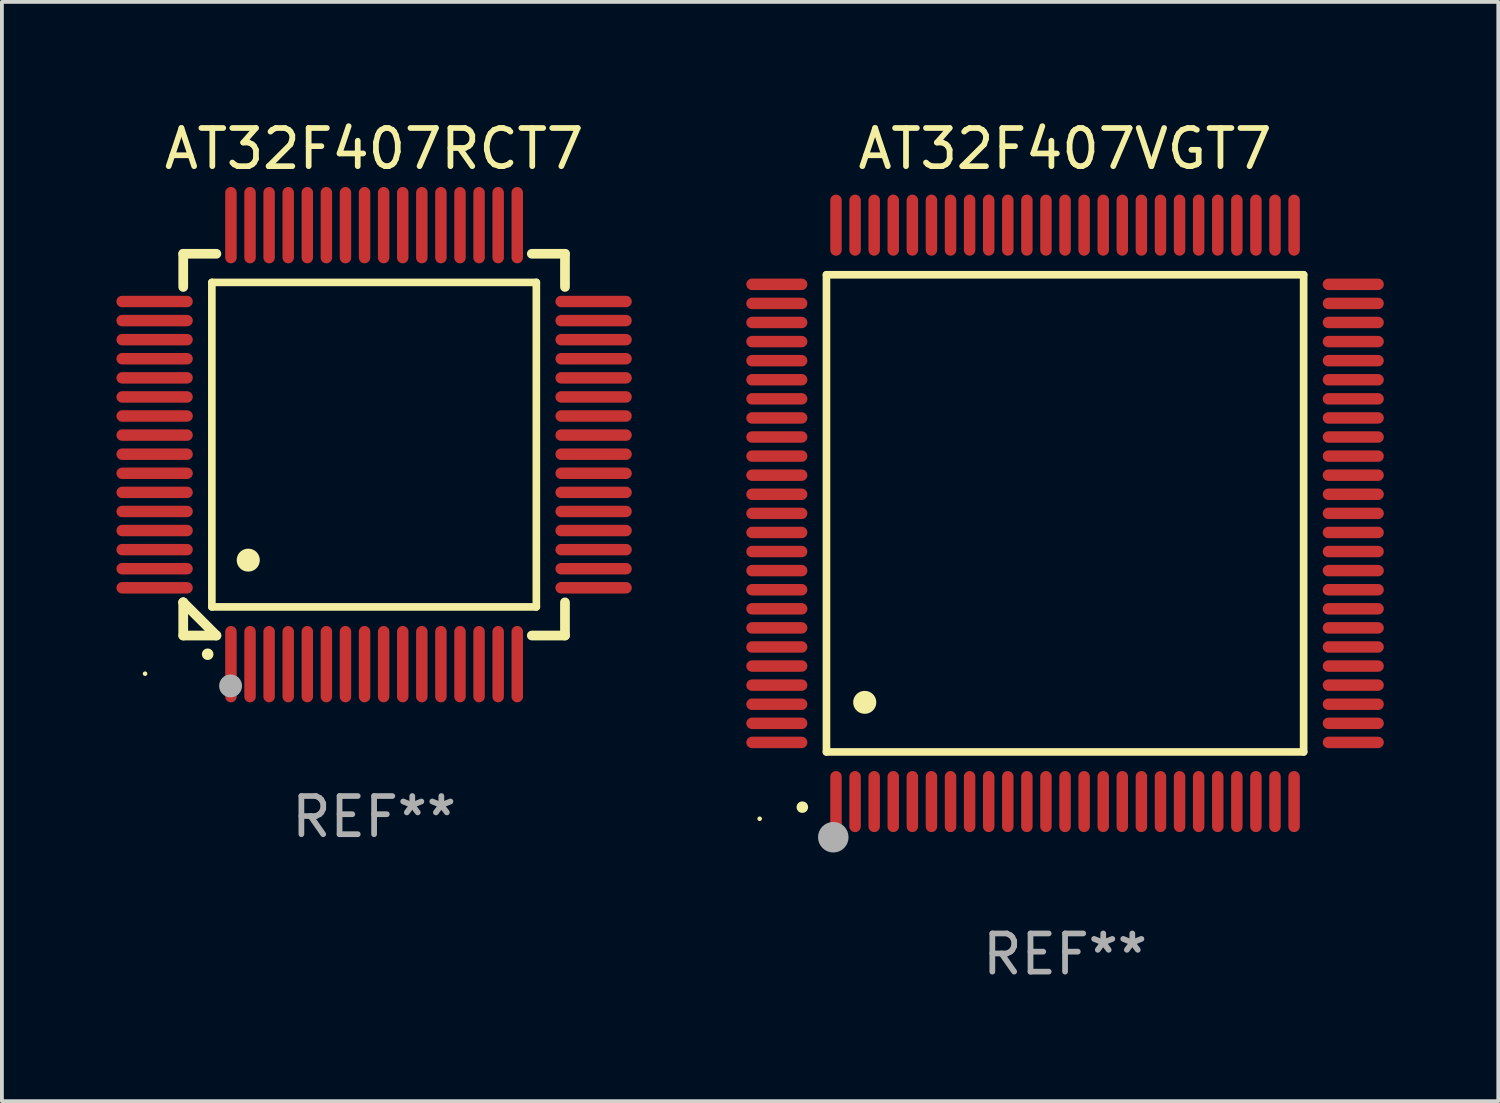
<source format=kicad_pcb>
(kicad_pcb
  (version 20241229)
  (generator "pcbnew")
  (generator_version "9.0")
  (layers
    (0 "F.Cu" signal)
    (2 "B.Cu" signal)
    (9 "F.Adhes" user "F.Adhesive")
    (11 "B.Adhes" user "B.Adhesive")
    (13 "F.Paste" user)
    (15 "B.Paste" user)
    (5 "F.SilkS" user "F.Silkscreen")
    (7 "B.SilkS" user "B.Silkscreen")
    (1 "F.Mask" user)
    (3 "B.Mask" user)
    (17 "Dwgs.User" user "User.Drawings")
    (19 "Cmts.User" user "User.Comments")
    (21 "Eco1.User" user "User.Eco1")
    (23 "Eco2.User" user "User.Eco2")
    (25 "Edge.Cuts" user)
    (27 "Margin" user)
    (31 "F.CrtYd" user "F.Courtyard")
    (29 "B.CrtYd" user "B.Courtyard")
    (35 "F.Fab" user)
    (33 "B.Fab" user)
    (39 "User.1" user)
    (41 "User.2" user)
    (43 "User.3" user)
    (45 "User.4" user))
  (footprint "AT32F407VGT7"
    (layer "F.Cu")
    (at 24.85 10.398)
    (property "Reference" "AT32F407VGT7" (at 0 -9.55 0) (layer "F.SilkS") (effects (font (size 1 1) (thickness 0.15))))
    (attr through_hole)
    (fp_line (start -6.25 -6.25) (end -6.25 6.25) (stroke (width 0.2) (type solid)) (layer "F.SilkS"))
    (fp_line (start -6.25 6.25) (end 6.25 6.25) (stroke (width 0.2) (type solid)) (layer "F.SilkS"))
    (fp_line (start 6.25 -6.25) (end -6.25 -6.25) (stroke (width 0.2) (type solid)) (layer "F.SilkS"))
    (fp_line (start 6.25 6.25) (end 6.25 -6.25) (stroke (width 0.2) (type solid)) (layer "F.SilkS"))
    (fp_arc (start -6.883414 7.696215) (mid -6.882144 7.69621) (end -6.880874 7.696215) (stroke (width 0.3) (type solid)) (layer "F.SilkS"))
    (fp_arc (start -5.250191 4.95047) (mid -5.247651 4.950459) (end -5.245111 4.95047) (stroke (width 0.6) (type solid)) (layer "F.SilkS"))
    (fp_circle (center -8 8) (end -7.97 8) (stroke (width 0.06) (type solid)) (fill no) (layer "F.SilkS"))
    (fp_circle (center -6.071 8.484) (end -5.871 8.484) (stroke (width 0.4) (type solid)) (fill no) (layer "F.Fab"))
    (fp_text user "REF**" (at 0 11.55 0) (layer "F.Fab") (effects (font (size 1 1) (thickness 0.15))))
    (pad "1" smd oval (at -6 7.55) (size 0.3 1.6) (layers "F.Cu" "F.Mask" "F.Paste"))
    (pad "2" smd oval (at -5.5 7.55) (size 0.3 1.6) (layers "F.Cu" "F.Mask" "F.Paste"))
    (pad "3" smd oval (at -5 7.55) (size 0.3 1.6) (layers "F.Cu" "F.Mask" "F.Paste"))
    (pad "4" smd oval (at -4.5 7.55) (size 0.3 1.6) (layers "F.Cu" "F.Mask" "F.Paste"))
    (pad "5" smd oval (at -4 7.55) (size 0.3 1.6) (layers "F.Cu" "F.Mask" "F.Paste"))
    (pad "6" smd oval (at -3.5 7.55) (size 0.3 1.6) (layers "F.Cu" "F.Mask" "F.Paste"))
    (pad "7" smd oval (at -3 7.55) (size 0.3 1.6) (layers "F.Cu" "F.Mask" "F.Paste"))
    (pad "8" smd oval (at -2.5 7.55) (size 0.3 1.6) (layers "F.Cu" "F.Mask" "F.Paste"))
    (pad "9" smd oval (at -2 7.55) (size 0.3 1.6) (layers "F.Cu" "F.Mask" "F.Paste"))
    (pad "10" smd oval (at -1.5 7.55) (size 0.3 1.6) (layers "F.Cu" "F.Mask" "F.Paste"))
    (pad "11" smd oval (at -1 7.55) (size 0.3 1.6) (layers "F.Cu" "F.Mask" "F.Paste"))
    (pad "12" smd oval (at -0.5 7.55) (size 0.3 1.6) (layers "F.Cu" "F.Mask" "F.Paste"))
    (pad "13" smd oval (at 0 7.55) (size 0.3 1.6) (layers "F.Cu" "F.Mask" "F.Paste"))
    (pad "14" smd oval (at 0.5 7.55) (size 0.3 1.6) (layers "F.Cu" "F.Mask" "F.Paste"))
    (pad "15" smd oval (at 1 7.55) (size 0.3 1.6) (layers "F.Cu" "F.Mask" "F.Paste"))
    (pad "16" smd oval (at 1.5 7.55) (size 0.3 1.6) (layers "F.Cu" "F.Mask" "F.Paste"))
    (pad "17" smd oval (at 2 7.55) (size 0.3 1.6) (layers "F.Cu" "F.Mask" "F.Paste"))
    (pad "18" smd oval (at 2.5 7.55) (size 0.3 1.6) (layers "F.Cu" "F.Mask" "F.Paste"))
    (pad "19" smd oval (at 3 7.55) (size 0.3 1.6) (layers "F.Cu" "F.Mask" "F.Paste"))
    (pad "20" smd oval (at 3.5 7.55) (size 0.3 1.6) (layers "F.Cu" "F.Mask" "F.Paste"))
    (pad "21" smd oval (at 4 7.55) (size 0.3 1.6) (layers "F.Cu" "F.Mask" "F.Paste"))
    (pad "22" smd oval (at 4.5 7.55) (size 0.3 1.6) (layers "F.Cu" "F.Mask" "F.Paste"))
    (pad "23" smd oval (at 5 7.55) (size 0.3 1.6) (layers "F.Cu" "F.Mask" "F.Paste"))
    (pad "24" smd oval (at 5.5 7.55) (size 0.3 1.6) (layers "F.Cu" "F.Mask" "F.Paste"))
    (pad "25" smd oval (at 6 7.55) (size 0.3 1.6) (layers "F.Cu" "F.Mask" "F.Paste"))
    (pad "26" smd oval (at 7.55 6) (size 1.6 0.3) (layers "F.Cu" "F.Mask" "F.Paste"))
    (pad "27" smd oval (at 7.55 5.5) (size 1.6 0.3) (layers "F.Cu" "F.Mask" "F.Paste"))
    (pad "28" smd oval (at 7.55 5) (size 1.6 0.3) (layers "F.Cu" "F.Mask" "F.Paste"))
    (pad "29" smd oval (at 7.55 4.5) (size 1.6 0.3) (layers "F.Cu" "F.Mask" "F.Paste"))
    (pad "30" smd oval (at 7.55 4) (size 1.6 0.3) (layers "F.Cu" "F.Mask" "F.Paste"))
    (pad "31" smd oval (at 7.55 3.5) (size 1.6 0.3) (layers "F.Cu" "F.Mask" "F.Paste"))
    (pad "32" smd oval (at 7.55 3) (size 1.6 0.3) (layers "F.Cu" "F.Mask" "F.Paste"))
    (pad "33" smd oval (at 7.55 2.5) (size 1.6 0.3) (layers "F.Cu" "F.Mask" "F.Paste"))
    (pad "34" smd oval (at 7.55 2) (size 1.6 0.3) (layers "F.Cu" "F.Mask" "F.Paste"))
    (pad "35" smd oval (at 7.55 1.5) (size 1.6 0.3) (layers "F.Cu" "F.Mask" "F.Paste"))
    (pad "36" smd oval (at 7.55 1) (size 1.6 0.3) (layers "F.Cu" "F.Mask" "F.Paste"))
    (pad "37" smd oval (at 7.55 0.5) (size 1.6 0.3) (layers "F.Cu" "F.Mask" "F.Paste"))
    (pad "38" smd oval (at 7.55 0) (size 1.6 0.3) (layers "F.Cu" "F.Mask" "F.Paste"))
    (pad "39" smd oval (at 7.55 -0.5) (size 1.6 0.3) (layers "F.Cu" "F.Mask" "F.Paste"))
    (pad "40" smd oval (at 7.55 -1) (size 1.6 0.3) (layers "F.Cu" "F.Mask" "F.Paste"))
    (pad "41" smd oval (at 7.55 -1.5) (size 1.6 0.3) (layers "F.Cu" "F.Mask" "F.Paste"))
    (pad "42" smd oval (at 7.55 -2) (size 1.6 0.3) (layers "F.Cu" "F.Mask" "F.Paste"))
    (pad "43" smd oval (at 7.55 -2.5) (size 1.6 0.3) (layers "F.Cu" "F.Mask" "F.Paste"))
    (pad "44" smd oval (at 7.55 -3) (size 1.6 0.3) (layers "F.Cu" "F.Mask" "F.Paste"))
    (pad "45" smd oval (at 7.55 -3.5) (size 1.6 0.3) (layers "F.Cu" "F.Mask" "F.Paste"))
    (pad "46" smd oval (at 7.55 -4) (size 1.6 0.3) (layers "F.Cu" "F.Mask" "F.Paste"))
    (pad "47" smd oval (at 7.55 -4.5) (size 1.6 0.3) (layers "F.Cu" "F.Mask" "F.Paste"))
    (pad "48" smd oval (at 7.55 -5) (size 1.6 0.3) (layers "F.Cu" "F.Mask" "F.Paste"))
    (pad "49" smd oval (at 7.55 -5.5) (size 1.6 0.3) (layers "F.Cu" "F.Mask" "F.Paste"))
    (pad "50" smd oval (at 7.55 -6) (size 1.6 0.3) (layers "F.Cu" "F.Mask" "F.Paste"))
    (pad "51" smd oval (at 6 -7.55) (size 0.3 1.6) (layers "F.Cu" "F.Mask" "F.Paste"))
    (pad "52" smd oval (at 5.5 -7.55) (size 0.3 1.6) (layers "F.Cu" "F.Mask" "F.Paste"))
    (pad "53" smd oval (at 5 -7.55) (size 0.3 1.6) (layers "F.Cu" "F.Mask" "F.Paste"))
    (pad "54" smd oval (at 4.5 -7.55) (size 0.3 1.6) (layers "F.Cu" "F.Mask" "F.Paste"))
    (pad "55" smd oval (at 4 -7.55) (size 0.3 1.6) (layers "F.Cu" "F.Mask" "F.Paste"))
    (pad "56" smd oval (at 3.5 -7.55) (size 0.3 1.6) (layers "F.Cu" "F.Mask" "F.Paste"))
    (pad "57" smd oval (at 3 -7.55) (size 0.3 1.6) (layers "F.Cu" "F.Mask" "F.Paste"))
    (pad "58" smd oval (at 2.5 -7.55) (size 0.3 1.6) (layers "F.Cu" "F.Mask" "F.Paste"))
    (pad "59" smd oval (at 2 -7.55) (size 0.3 1.6) (layers "F.Cu" "F.Mask" "F.Paste"))
    (pad "60" smd oval (at 1.5 -7.55) (size 0.3 1.6) (layers "F.Cu" "F.Mask" "F.Paste"))
    (pad "61" smd oval (at 1 -7.55) (size 0.3 1.6) (layers "F.Cu" "F.Mask" "F.Paste"))
    (pad "62" smd oval (at 0.5 -7.55) (size 0.3 1.6) (layers "F.Cu" "F.Mask" "F.Paste"))
    (pad "63" smd oval (at 0 -7.55) (size 0.3 1.6) (layers "F.Cu" "F.Mask" "F.Paste"))
    (pad "64" smd oval (at -0.5 -7.55) (size 0.3 1.6) (layers "F.Cu" "F.Mask" "F.Paste"))
    (pad "65" smd oval (at -1 -7.55) (size 0.3 1.6) (layers "F.Cu" "F.Mask" "F.Paste"))
    (pad "66" smd oval (at -1.5 -7.55) (size 0.3 1.6) (layers "F.Cu" "F.Mask" "F.Paste"))
    (pad "67" smd oval (at -2 -7.55) (size 0.3 1.6) (layers "F.Cu" "F.Mask" "F.Paste"))
    (pad "68" smd oval (at -2.5 -7.55) (size 0.3 1.6) (layers "F.Cu" "F.Mask" "F.Paste"))
    (pad "69" smd oval (at -3 -7.55) (size 0.3 1.6) (layers "F.Cu" "F.Mask" "F.Paste"))
    (pad "70" smd oval (at -3.5 -7.55) (size 0.3 1.6) (layers "F.Cu" "F.Mask" "F.Paste"))
    (pad "71" smd oval (at -4 -7.55) (size 0.3 1.6) (layers "F.Cu" "F.Mask" "F.Paste"))
    (pad "72" smd oval (at -4.5 -7.55) (size 0.3 1.6) (layers "F.Cu" "F.Mask" "F.Paste"))
    (pad "73" smd oval (at -5 -7.55) (size 0.3 1.6) (layers "F.Cu" "F.Mask" "F.Paste"))
    (pad "74" smd oval (at -5.5 -7.55) (size 0.3 1.6) (layers "F.Cu" "F.Mask" "F.Paste"))
    (pad "75" smd oval (at -6 -7.55) (size 0.3 1.6) (layers "F.Cu" "F.Mask" "F.Paste"))
    (pad "76" smd oval (at -7.55 -6) (size 1.6 0.3) (layers "F.Cu" "F.Mask" "F.Paste"))
    (pad "77" smd oval (at -7.55 -5.5) (size 1.6 0.3) (layers "F.Cu" "F.Mask" "F.Paste"))
    (pad "78" smd oval (at -7.55 -5) (size 1.6 0.3) (layers "F.Cu" "F.Mask" "F.Paste"))
    (pad "79" smd oval (at -7.55 -4.5) (size 1.6 0.3) (layers "F.Cu" "F.Mask" "F.Paste"))
    (pad "80" smd oval (at -7.55 -4) (size 1.6 0.3) (layers "F.Cu" "F.Mask" "F.Paste"))
    (pad "81" smd oval (at -7.55 -3.5) (size 1.6 0.3) (layers "F.Cu" "F.Mask" "F.Paste"))
    (pad "82" smd oval (at -7.55 -3) (size 1.6 0.3) (layers "F.Cu" "F.Mask" "F.Paste"))
    (pad "83" smd oval (at -7.55 -2.5) (size 1.6 0.3) (layers "F.Cu" "F.Mask" "F.Paste"))
    (pad "84" smd oval (at -7.55 -2) (size 1.6 0.3) (layers "F.Cu" "F.Mask" "F.Paste"))
    (pad "85" smd oval (at -7.55 -1.5) (size 1.6 0.3) (layers "F.Cu" "F.Mask" "F.Paste"))
    (pad "86" smd oval (at -7.55 -1) (size 1.6 0.3) (layers "F.Cu" "F.Mask" "F.Paste"))
    (pad "87" smd oval (at -7.55 -0.5) (size 1.6 0.3) (layers "F.Cu" "F.Mask" "F.Paste"))
    (pad "88" smd oval (at -7.55 0) (size 1.6 0.3) (layers "F.Cu" "F.Mask" "F.Paste"))
    (pad "89" smd oval (at -7.55 0.5) (size 1.6 0.3) (layers "F.Cu" "F.Mask" "F.Paste"))
    (pad "90" smd oval (at -7.55 1) (size 1.6 0.3) (layers "F.Cu" "F.Mask" "F.Paste"))
    (pad "91" smd oval (at -7.55 1.5) (size 1.6 0.3) (layers "F.Cu" "F.Mask" "F.Paste"))
    (pad "92" smd oval (at -7.55 2) (size 1.6 0.3) (layers "F.Cu" "F.Mask" "F.Paste"))
    (pad "93" smd oval (at -7.55 2.5) (size 1.6 0.3) (layers "F.Cu" "F.Mask" "F.Paste"))
    (pad "94" smd oval (at -7.55 3) (size 1.6 0.3) (layers "F.Cu" "F.Mask" "F.Paste"))
    (pad "95" smd oval (at -7.55 3.5) (size 1.6 0.3) (layers "F.Cu" "F.Mask" "F.Paste"))
    (pad "96" smd oval (at -7.55 4) (size 1.6 0.3) (layers "F.Cu" "F.Mask" "F.Paste"))
    (pad "97" smd oval (at -7.55 4.5) (size 1.6 0.3) (layers "F.Cu" "F.Mask" "F.Paste"))
    (pad "98" smd oval (at -7.55 5) (size 1.6 0.3) (layers "F.Cu" "F.Mask" "F.Paste"))
    (pad "99" smd oval (at -7.55 5.5) (size 1.6 0.3) (layers "F.Cu" "F.Mask" "F.Paste"))
    (pad "100" smd oval (at -7.55 6) (size 1.6 0.3) (layers "F.Cu" "F.Mask" "F.Paste")))
  (footprint "AT32F407RCT7"
    (layer "F.Cu")
    (at 6.75 8.598)
    (property "Reference" "AT32F407RCT7" (at 0 -7.75 0) (layer "F.SilkS") (effects (font (size 1 1) (thickness 0.15))))
    (attr through_hole)
    (fp_line (start -5 -5) (end -4.131 -5) (stroke (width 0.254) (type solid)) (layer "F.SilkS"))
    (fp_line (start -5 -4.131) (end -5 -5) (stroke (width 0.254) (type solid)) (layer "F.SilkS"))
    (fp_line (start -5 4.131) (end -5 4.131) (stroke (width 0.254) (type solid)) (layer "F.SilkS"))
    (fp_line (start -5 5) (end -5 4.131) (stroke (width 0.254) (type solid)) (layer "F.SilkS"))
    (fp_line (start -5 4.131) (end -4.131 5) (stroke (width 0.254) (type solid)) (layer "F.SilkS"))
    (fp_line (start -4.25 -4.25) (end -4.25 4.25) (stroke (width 0.2) (type solid)) (layer "F.SilkS"))
    (fp_line (start -4.25 4.25) (end 4.25 4.25) (stroke (width 0.2) (type solid)) (layer "F.SilkS"))
    (fp_line (start -4.131 5) (end -5 5) (stroke (width 0.254) (type solid)) (layer "F.SilkS"))
    (fp_line (start 4.25 -4.25) (end -4.25 -4.25) (stroke (width 0.2) (type solid)) (layer "F.SilkS"))
    (fp_line (start 4.25 4.25) (end 4.25 -4.25) (stroke (width 0.2) (type solid)) (layer "F.SilkS"))
    (fp_line (start 5 -5) (end 4.131 -5) (stroke (width 0.254) (type solid)) (layer "F.SilkS"))
    (fp_line (start 5 -5) (end 5 -4.131) (stroke (width 0.254) (type solid)) (layer "F.SilkS"))
    (fp_line (start 5 4.131) (end 5 5) (stroke (width 0.254) (type solid)) (layer "F.SilkS"))
    (fp_line (start 5 5) (end 4.131 5) (stroke (width 0.254) (type solid)) (layer "F.SilkS"))
    (fp_arc (start -4.361265 5.489992) (mid -4.359995 5.489987) (end -4.358725 5.489992) (stroke (width 0.3) (type solid)) (layer "F.SilkS"))
    (fp_arc (start -3.299467 3.025146) (mid -3.296927 3.025135) (end -3.294387 3.025146) (stroke (width 0.6) (type solid)) (layer "F.SilkS"))
    (fp_circle (center -6 6) (end -5.97 6) (stroke (width 0.06) (type solid)) (fill no) (layer "F.SilkS"))
    (fp_circle (center -3.76 6.32) (end -3.61 6.32) (stroke (width 0.3) (type solid)) (fill no) (layer "F.Fab"))
    (fp_text user "REF**" (at 0 9.75 0) (layer "F.Fab") (effects (font (size 1 1) (thickness 0.15))))
    (pad "1" smd oval (at -3.75 5.75) (size 0.3 2) (layers "F.Cu" "F.Mask" "F.Paste"))
    (pad "2" smd oval (at -3.25 5.75) (size 0.3 2) (layers "F.Cu" "F.Mask" "F.Paste"))
    (pad "3" smd oval (at -2.75 5.75) (size 0.3 2) (layers "F.Cu" "F.Mask" "F.Paste"))
    (pad "4" smd oval (at -2.25 5.75) (size 0.3 2) (layers "F.Cu" "F.Mask" "F.Paste"))
    (pad "5" smd oval (at -1.75 5.75) (size 0.3 2) (layers "F.Cu" "F.Mask" "F.Paste"))
    (pad "6" smd oval (at -1.25 5.75) (size 0.3 2) (layers "F.Cu" "F.Mask" "F.Paste"))
    (pad "7" smd oval (at -0.75 5.75) (size 0.3 2) (layers "F.Cu" "F.Mask" "F.Paste"))
    (pad "8" smd oval (at -0.25 5.75) (size 0.3 2) (layers "F.Cu" "F.Mask" "F.Paste"))
    (pad "9" smd oval (at 0.25 5.75) (size 0.3 2) (layers "F.Cu" "F.Mask" "F.Paste"))
    (pad "10" smd oval (at 0.75 5.75) (size 0.3 2) (layers "F.Cu" "F.Mask" "F.Paste"))
    (pad "11" smd oval (at 1.25 5.75) (size 0.3 2) (layers "F.Cu" "F.Mask" "F.Paste"))
    (pad "12" smd oval (at 1.75 5.75) (size 0.3 2) (layers "F.Cu" "F.Mask" "F.Paste"))
    (pad "13" smd oval (at 2.25 5.75) (size 0.3 2) (layers "F.Cu" "F.Mask" "F.Paste"))
    (pad "14" smd oval (at 2.75 5.75) (size 0.3 2) (layers "F.Cu" "F.Mask" "F.Paste"))
    (pad "15" smd oval (at 3.25 5.75) (size 0.3 2) (layers "F.Cu" "F.Mask" "F.Paste"))
    (pad "16" smd oval (at 3.75 5.75) (size 0.3 2) (layers "F.Cu" "F.Mask" "F.Paste"))
    (pad "17" smd oval (at 5.75 3.75) (size 2 0.3) (layers "F.Cu" "F.Mask" "F.Paste"))
    (pad "18" smd oval (at 5.75 3.25) (size 2 0.3) (layers "F.Cu" "F.Mask" "F.Paste"))
    (pad "19" smd oval (at 5.75 2.75) (size 2 0.3) (layers "F.Cu" "F.Mask" "F.Paste"))
    (pad "20" smd oval (at 5.75 2.25) (size 2 0.3) (layers "F.Cu" "F.Mask" "F.Paste"))
    (pad "21" smd oval (at 5.75 1.75) (size 2 0.3) (layers "F.Cu" "F.Mask" "F.Paste"))
    (pad "22" smd oval (at 5.75 1.25) (size 2 0.3) (layers "F.Cu" "F.Mask" "F.Paste"))
    (pad "23" smd oval (at 5.75 0.75) (size 2 0.3) (layers "F.Cu" "F.Mask" "F.Paste"))
    (pad "24" smd oval (at 5.75 0.25) (size 2 0.3) (layers "F.Cu" "F.Mask" "F.Paste"))
    (pad "25" smd oval (at 5.75 -0.25) (size 2 0.3) (layers "F.Cu" "F.Mask" "F.Paste"))
    (pad "26" smd oval (at 5.75 -0.75) (size 2 0.3) (layers "F.Cu" "F.Mask" "F.Paste"))
    (pad "27" smd oval (at 5.75 -1.25) (size 2 0.3) (layers "F.Cu" "F.Mask" "F.Paste"))
    (pad "28" smd oval (at 5.75 -1.75) (size 2 0.3) (layers "F.Cu" "F.Mask" "F.Paste"))
    (pad "29" smd oval (at 5.75 -2.25) (size 2 0.3) (layers "F.Cu" "F.Mask" "F.Paste"))
    (pad "30" smd oval (at 5.75 -2.75) (size 2 0.3) (layers "F.Cu" "F.Mask" "F.Paste"))
    (pad "31" smd oval (at 5.75 -3.25) (size 2 0.3) (layers "F.Cu" "F.Mask" "F.Paste"))
    (pad "32" smd oval (at 5.75 -3.75) (size 2 0.3) (layers "F.Cu" "F.Mask" "F.Paste"))
    (pad "33" smd oval (at 3.75 -5.75) (size 0.3 2) (layers "F.Cu" "F.Mask" "F.Paste"))
    (pad "34" smd oval (at 3.25 -5.75) (size 0.3 2) (layers "F.Cu" "F.Mask" "F.Paste"))
    (pad "35" smd oval (at 2.75 -5.75) (size 0.3 2) (layers "F.Cu" "F.Mask" "F.Paste"))
    (pad "36" smd oval (at 2.25 -5.75) (size 0.3 2) (layers "F.Cu" "F.Mask" "F.Paste"))
    (pad "37" smd oval (at 1.75 -5.75) (size 0.3 2) (layers "F.Cu" "F.Mask" "F.Paste"))
    (pad "38" smd oval (at 1.25 -5.75) (size 0.3 2) (layers "F.Cu" "F.Mask" "F.Paste"))
    (pad "39" smd oval (at 0.75 -5.75) (size 0.3 2) (layers "F.Cu" "F.Mask" "F.Paste"))
    (pad "40" smd oval (at 0.25 -5.75) (size 0.3 2) (layers "F.Cu" "F.Mask" "F.Paste"))
    (pad "41" smd oval (at -0.25 -5.75) (size 0.3 2) (layers "F.Cu" "F.Mask" "F.Paste"))
    (pad "42" smd oval (at -0.75 -5.75) (size 0.3 2) (layers "F.Cu" "F.Mask" "F.Paste"))
    (pad "43" smd oval (at -1.25 -5.75) (size 0.3 2) (layers "F.Cu" "F.Mask" "F.Paste"))
    (pad "44" smd oval (at -1.75 -5.75) (size 0.3 2) (layers "F.Cu" "F.Mask" "F.Paste"))
    (pad "45" smd oval (at -2.25 -5.75) (size 0.3 2) (layers "F.Cu" "F.Mask" "F.Paste"))
    (pad "46" smd oval (at -2.75 -5.75) (size 0.3 2) (layers "F.Cu" "F.Mask" "F.Paste"))
    (pad "47" smd oval (at -3.25 -5.75) (size 0.3 2) (layers "F.Cu" "F.Mask" "F.Paste"))
    (pad "48" smd oval (at -3.75 -5.75) (size 0.3 2) (layers "F.Cu" "F.Mask" "F.Paste"))
    (pad "49" smd oval (at -5.75 -3.75) (size 2 0.3) (layers "F.Cu" "F.Mask" "F.Paste"))
    (pad "50" smd oval (at -5.75 -3.25) (size 2 0.3) (layers "F.Cu" "F.Mask" "F.Paste"))
    (pad "51" smd oval (at -5.75 -2.75) (size 2 0.3) (layers "F.Cu" "F.Mask" "F.Paste"))
    (pad "52" smd oval (at -5.75 -2.25) (size 2 0.3) (layers "F.Cu" "F.Mask" "F.Paste"))
    (pad "53" smd oval (at -5.75 -1.75) (size 2 0.3) (layers "F.Cu" "F.Mask" "F.Paste"))
    (pad "54" smd oval (at -5.75 -1.25) (size 2 0.3) (layers "F.Cu" "F.Mask" "F.Paste"))
    (pad "55" smd oval (at -5.75 -0.75) (size 2 0.3) (layers "F.Cu" "F.Mask" "F.Paste"))
    (pad "56" smd oval (at -5.75 -0.25) (size 2 0.3) (layers "F.Cu" "F.Mask" "F.Paste"))
    (pad "57" smd oval (at -5.75 0.25) (size 2 0.3) (layers "F.Cu" "F.Mask" "F.Paste"))
    (pad "58" smd oval (at -5.75 0.75) (size 2 0.3) (layers "F.Cu" "F.Mask" "F.Paste"))
    (pad "59" smd oval (at -5.75 1.25) (size 2 0.3) (layers "F.Cu" "F.Mask" "F.Paste"))
    (pad "60" smd oval (at -5.75 1.75) (size 2 0.3) (layers "F.Cu" "F.Mask" "F.Paste"))
    (pad "61" smd oval (at -5.75 2.25) (size 2 0.3) (layers "F.Cu" "F.Mask" "F.Paste"))
    (pad "62" smd oval (at -5.75 2.75) (size 2 0.3) (layers "F.Cu" "F.Mask" "F.Paste"))
    (pad "63" smd oval (at -5.75 3.25) (size 2 0.3) (layers "F.Cu" "F.Mask" "F.Paste"))
    (pad "64" smd oval (at -5.75 3.75) (size 2 0.3) (layers "F.Cu" "F.Mask" "F.Paste")))
  (gr_rect
    (start -3 -3)
    (end 36.199 25.796)
    (stroke (width 0.1) (type default))
    (fill no)
    (layer "Edge.Cuts")))
</source>
